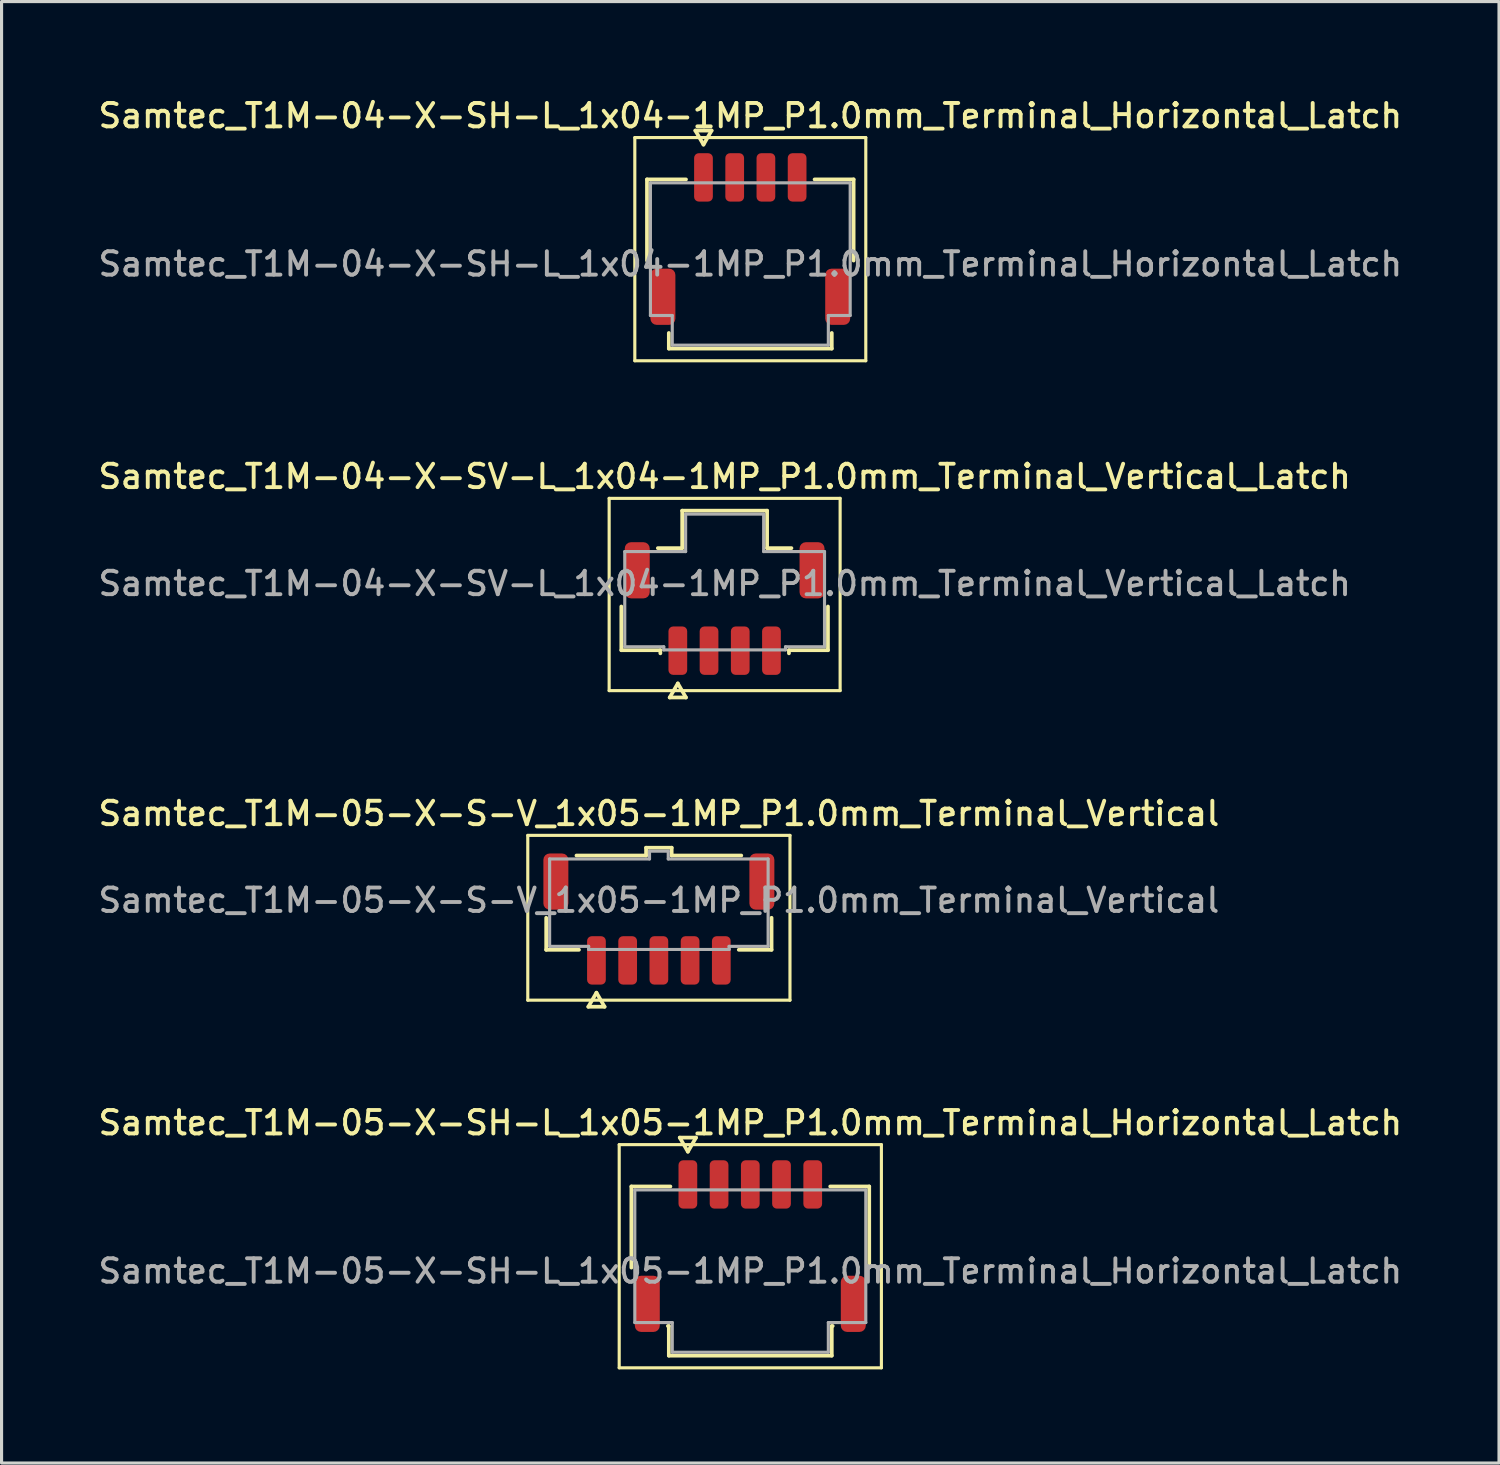
<source format=kicad_pcb>
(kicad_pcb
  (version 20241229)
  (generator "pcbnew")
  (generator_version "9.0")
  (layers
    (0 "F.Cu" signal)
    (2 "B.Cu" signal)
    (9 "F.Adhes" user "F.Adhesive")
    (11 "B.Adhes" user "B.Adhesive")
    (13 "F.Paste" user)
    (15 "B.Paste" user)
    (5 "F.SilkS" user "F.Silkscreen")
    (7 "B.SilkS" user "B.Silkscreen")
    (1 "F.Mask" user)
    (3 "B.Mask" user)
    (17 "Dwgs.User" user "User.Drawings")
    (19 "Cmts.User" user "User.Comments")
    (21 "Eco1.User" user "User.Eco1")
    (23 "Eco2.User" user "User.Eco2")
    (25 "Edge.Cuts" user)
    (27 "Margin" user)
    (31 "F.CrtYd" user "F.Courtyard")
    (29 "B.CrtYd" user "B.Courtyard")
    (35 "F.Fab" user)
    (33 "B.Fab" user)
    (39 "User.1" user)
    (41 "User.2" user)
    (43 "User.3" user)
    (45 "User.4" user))
  (footprint "Samtec_T1M-04-X-SH-L_1x04-1MP_P1.0mm_Terminal_Horizontal_Latch"
    (layer "F.Cu")
    (at 20.988 5.408)
    (property "Reference" "Samtec_T1M-04-X-SH-L_1x04-1MP_P1.0mm_Terminal_Horizontal_Latch" (at 0 -4.75 0) (layer "F.SilkS") (effects (font (size 0.75 0.75) (thickness 0.125))))
    (attr smd)
    (fp_line (start -3.7 -4.05) (end -3.7 3.1) (stroke (width 0.1) (type solid)) (layer "F.SilkS"))
    (fp_line (start -3.7 3.1) (end 3.7 3.1) (stroke (width 0.1) (type solid)) (layer "F.SilkS"))
    (fp_line (start -3.31 -2.71) (end -2.06 -2.71) (stroke (width 0.12) (type solid)) (layer "F.SilkS"))
    (fp_line (start -3.31 -0.11) (end -3.31 -2.71) (stroke (width 0.12) (type solid)) (layer "F.SilkS"))
    (fp_line (start -2.61 2.71) (end -2.61 2.21) (stroke (width 0.12) (type solid)) (layer "F.SilkS"))
    (fp_line (start -1.76 -4.275) (end -1.5 -3.825) (stroke (width 0.12) (type solid)) (layer "F.SilkS"))
    (fp_line (start -1.5 -3.825) (end -1.24 -4.275) (stroke (width 0.12) (type solid)) (layer "F.SilkS"))
    (fp_line (start -1.24 -4.275) (end -1.76 -4.275) (stroke (width 0.12) (type solid)) (layer "F.SilkS"))
    (fp_line (start 2.06 -2.71) (end 3.31 -2.71) (stroke (width 0.12) (type solid)) (layer "F.SilkS"))
    (fp_line (start 2.61 2.21) (end 2.61 2.71) (stroke (width 0.12) (type solid)) (layer "F.SilkS"))
    (fp_line (start 2.61 2.71) (end -2.61 2.71) (stroke (width 0.12) (type solid)) (layer "F.SilkS"))
    (fp_line (start 3.31 -2.71) (end 3.31 -0.11) (stroke (width 0.12) (type solid)) (layer "F.SilkS"))
    (fp_line (start 3.7 -4.05) (end -3.7 -4.05) (stroke (width 0.1) (type solid)) (layer "F.SilkS"))
    (fp_line (start 3.7 3.1) (end 3.7 -4.05) (stroke (width 0.1) (type solid)) (layer "F.SilkS"))
    (fp_line (start -3.2 -2.6) (end 3.2 -2.6) (stroke (width 0.1) (type solid)) (layer "F.Fab"))
    (fp_line (start -3.2 1.65) (end -3.2 -2.6) (stroke (width 0.1) (type solid)) (layer "F.Fab"))
    (fp_line (start -2.5 1.65) (end -3.2 1.65) (stroke (width 0.1) (type solid)) (layer "F.Fab"))
    (fp_line (start -2.5 2.6) (end -2.5 1.65) (stroke (width 0.1) (type solid)) (layer "F.Fab"))
    (fp_line (start 2.5 1.65) (end 2.5 2.6) (stroke (width 0.1) (type solid)) (layer "F.Fab"))
    (fp_line (start 2.5 2.6) (end -2.5 2.6) (stroke (width 0.1) (type solid)) (layer "F.Fab"))
    (fp_line (start 3.2 -2.6) (end 3.2 1.65) (stroke (width 0.1) (type solid)) (layer "F.Fab"))
    (fp_line (start 3.2 1.65) (end 2.5 1.65) (stroke (width 0.1) (type solid)) (layer "F.Fab"))
    (fp_text user "${REFERENCE}" (at 0 0 0) (layer "F.Fab") (effects (font (size 0.75 0.75) (thickness 0.125))))
    (pad "1" smd roundrect (at -1.5 -2.775) (size 0.6 1.55) (layers "F.Cu" "F.Mask" "F.Paste") (roundrect_rratio 0.25))
    (pad "2" smd roundrect (at -0.5 -2.775) (size 0.6 1.55) (layers "F.Cu" "F.Mask" "F.Paste") (roundrect_rratio 0.25))
    (pad "3" smd roundrect (at 0.5 -2.775) (size 0.6 1.55) (layers "F.Cu" "F.Mask" "F.Paste") (roundrect_rratio 0.25))
    (pad "4" smd roundrect (at 1.5 -2.775) (size 0.6 1.55) (layers "F.Cu" "F.Mask" "F.Paste") (roundrect_rratio 0.25))
    (pad "MP" smd roundrect (at -2.8 1.05) (size 0.8 1.8) (layers "F.Cu" "F.Mask" "F.Paste") (roundrect_rratio 0.25))
    (pad "MP" smd roundrect (at 2.8 1.05) (size 0.8 1.8) (layers "F.Cu" "F.Mask" "F.Paste") (roundrect_rratio 0.25)))
  (footprint "Samtec_T1M-05-X-SH-L_1x05-1MP_P1.0mm_Terminal_Horizontal_Latch"
    (layer "F.Cu")
    (at 20.988 37.672)
    (property "Reference" "Samtec_T1M-05-X-SH-L_1x05-1MP_P1.0mm_Terminal_Horizontal_Latch" (at 0 -4.75 0) (layer "F.SilkS") (effects (font (size 0.75 0.75) (thickness 0.125))))
    (attr smd)
    (fp_line (start -4.2 -4.05) (end -4.2 3.1) (stroke (width 0.1) (type solid)) (layer "F.SilkS"))
    (fp_line (start -4.2 3.1) (end 4.2 3.1) (stroke (width 0.1) (type solid)) (layer "F.SilkS"))
    (fp_line (start -3.81 -2.71) (end -2.56 -2.71) (stroke (width 0.12) (type solid)) (layer "F.SilkS"))
    (fp_line (start -3.81 -0.11) (end -3.81 -2.71) (stroke (width 0.12) (type solid)) (layer "F.SilkS"))
    (fp_line (start -2.61 1.76) (end -2.64 1.76) (stroke (width 0.12) (type solid)) (layer "F.SilkS"))
    (fp_line (start -2.61 2.71) (end -2.61 1.76) (stroke (width 0.12) (type solid)) (layer "F.SilkS"))
    (fp_line (start -2.26 -4.275) (end -2 -3.825) (stroke (width 0.12) (type solid)) (layer "F.SilkS"))
    (fp_line (start -2 -3.825) (end -1.74 -4.275) (stroke (width 0.12) (type solid)) (layer "F.SilkS"))
    (fp_line (start -1.74 -4.275) (end -2.26 -4.275) (stroke (width 0.12) (type solid)) (layer "F.SilkS"))
    (fp_line (start 2.56 -2.71) (end 3.81 -2.71) (stroke (width 0.12) (type solid)) (layer "F.SilkS"))
    (fp_line (start 2.61 1.76) (end 2.61 2.71) (stroke (width 0.12) (type solid)) (layer "F.SilkS"))
    (fp_line (start 2.61 2.71) (end -2.61 2.71) (stroke (width 0.12) (type solid)) (layer "F.SilkS"))
    (fp_line (start 2.64 1.76) (end 2.61 1.76) (stroke (width 0.12) (type solid)) (layer "F.SilkS"))
    (fp_line (start 3.81 -2.71) (end 3.81 -0.11) (stroke (width 0.12) (type solid)) (layer "F.SilkS"))
    (fp_line (start 4.2 -4.05) (end -4.2 -4.05) (stroke (width 0.1) (type solid)) (layer "F.SilkS"))
    (fp_line (start 4.2 3.1) (end 4.2 -4.05) (stroke (width 0.1) (type solid)) (layer "F.SilkS"))
    (fp_line (start -3.7 -2.6) (end 3.7 -2.6) (stroke (width 0.1) (type solid)) (layer "F.Fab"))
    (fp_line (start -3.7 1.65) (end -3.7 -2.6) (stroke (width 0.1) (type solid)) (layer "F.Fab"))
    (fp_line (start -2.5 1.65) (end -3.7 1.65) (stroke (width 0.1) (type solid)) (layer "F.Fab"))
    (fp_line (start -2.5 2.6) (end -2.5 1.65) (stroke (width 0.1) (type solid)) (layer "F.Fab"))
    (fp_line (start 2.5 1.65) (end 2.5 2.6) (stroke (width 0.1) (type solid)) (layer "F.Fab"))
    (fp_line (start 2.5 2.6) (end -2.5 2.6) (stroke (width 0.1) (type solid)) (layer "F.Fab"))
    (fp_line (start 3.7 -2.6) (end 3.7 1.65) (stroke (width 0.1) (type solid)) (layer "F.Fab"))
    (fp_line (start 3.7 1.65) (end 2.5 1.65) (stroke (width 0.1) (type solid)) (layer "F.Fab"))
    (fp_text user "${REFERENCE}" (at 0 0 0) (layer "F.Fab") (effects (font (size 0.75 0.75) (thickness 0.125))))
    (pad "1" smd roundrect (at -2 -2.775) (size 0.6 1.55) (layers "F.Cu" "F.Mask" "F.Paste") (roundrect_rratio 0.25))
    (pad "2" smd roundrect (at -1 -2.775) (size 0.6 1.55) (layers "F.Cu" "F.Mask" "F.Paste") (roundrect_rratio 0.25))
    (pad "3" smd roundrect (at 0 -2.775) (size 0.6 1.55) (layers "F.Cu" "F.Mask" "F.Paste") (roundrect_rratio 0.25))
    (pad "4" smd roundrect (at 1 -2.775) (size 0.6 1.55) (layers "F.Cu" "F.Mask" "F.Paste") (roundrect_rratio 0.25))
    (pad "5" smd roundrect (at 2 -2.775) (size 0.6 1.55) (layers "F.Cu" "F.Mask" "F.Paste") (roundrect_rratio 0.25))
    (pad "MP" smd roundrect (at -3.3 1.05) (size 0.8 1.8) (layers "F.Cu" "F.Mask" "F.Paste") (roundrect_rratio 0.25))
    (pad "MP" smd roundrect (at 3.3 1.05) (size 0.8 1.8) (layers "F.Cu" "F.Mask" "F.Paste") (roundrect_rratio 0.25)))
  (footprint "Samtec_T1M-04-X-SV-L_1x04-1MP_P1.0mm_Terminal_Vertical_Latch"
    (layer "F.Cu")
    (at 20.166 15.646)
    (property "Reference" "Samtec_T1M-04-X-SV-L_1x04-1MP_P1.0mm_Terminal_Vertical_Latch" (at 0 -3.43 0) (layer "F.SilkS") (effects (font (size 0.75 0.75) (thickness 0.125))))
    (attr smd)
    (fp_line (start -3.7 -2.73) (end -3.7 3.43) (stroke (width 0.1) (type solid)) (layer "F.SilkS"))
    (fp_line (start -3.7 3.43) (end 3.7 3.43) (stroke (width 0.1) (type solid)) (layer "F.SilkS"))
    (fp_line (start -3.31 2.135) (end -3.31 0.735) (stroke (width 0.12) (type solid)) (layer "F.SilkS"))
    (fp_line (start -2.14 -1.135) (end -1.36 -1.135) (stroke (width 0.12) (type solid)) (layer "F.SilkS"))
    (fp_line (start -2.06 2.135) (end -3.31 2.135) (stroke (width 0.12) (type solid)) (layer "F.SilkS"))
    (fp_line (start -2.06 2.235) (end -2.06 2.135) (stroke (width 0.12) (type solid)) (layer "F.SilkS"))
    (fp_line (start -1.76 3.65) (end -1.5 3.2) (stroke (width 0.12) (type solid)) (layer "F.SilkS"))
    (fp_line (start -1.5 3.2) (end -1.24 3.65) (stroke (width 0.12) (type solid)) (layer "F.SilkS"))
    (fp_line (start -1.36 -2.335) (end 1.36 -2.335) (stroke (width 0.12) (type solid)) (layer "F.SilkS"))
    (fp_line (start -1.36 -1.135) (end -1.36 -2.335) (stroke (width 0.12) (type solid)) (layer "F.SilkS"))
    (fp_line (start -1.24 3.65) (end -1.76 3.65) (stroke (width 0.12) (type solid)) (layer "F.SilkS"))
    (fp_line (start 1.36 -2.335) (end 1.36 -1.135) (stroke (width 0.12) (type solid)) (layer "F.SilkS"))
    (fp_line (start 1.36 -1.135) (end 2.14 -1.135) (stroke (width 0.12) (type solid)) (layer "F.SilkS"))
    (fp_line (start 2.06 2.135) (end 2.06 2.235) (stroke (width 0.12) (type solid)) (layer "F.SilkS"))
    (fp_line (start 3.31 0.735) (end 3.31 2.135) (stroke (width 0.12) (type solid)) (layer "F.SilkS"))
    (fp_line (start 3.31 2.135) (end 2.06 2.135) (stroke (width 0.12) (type solid)) (layer "F.SilkS"))
    (fp_line (start 3.7 -2.73) (end -3.7 -2.73) (stroke (width 0.1) (type solid)) (layer "F.SilkS"))
    (fp_line (start 3.7 3.43) (end 3.7 -2.73) (stroke (width 0.1) (type solid)) (layer "F.SilkS"))
    (fp_line (start -3.2 -1.025) (end -1.25 -1.025) (stroke (width 0.1) (type solid)) (layer "F.Fab"))
    (fp_line (start -3.2 2.025) (end -3.2 -1.025) (stroke (width 0.1) (type solid)) (layer "F.Fab"))
    (fp_line (start -1.95 2.025) (end -3.2 2.025) (stroke (width 0.1) (type solid)) (layer "F.Fab"))
    (fp_line (start -1.95 2.125) (end -1.95 2.025) (stroke (width 0.1) (type solid)) (layer "F.Fab"))
    (fp_line (start -1.25 -2.225) (end 1.25 -2.225) (stroke (width 0.1) (type solid)) (layer "F.Fab"))
    (fp_line (start -1.25 -1.025) (end -1.25 -2.225) (stroke (width 0.1) (type solid)) (layer "F.Fab"))
    (fp_line (start 1.25 -2.225) (end 1.25 -1.025) (stroke (width 0.1) (type solid)) (layer "F.Fab"))
    (fp_line (start 1.25 -1.025) (end 3.2 -1.025) (stroke (width 0.1) (type solid)) (layer "F.Fab"))
    (fp_line (start 1.95 2.025) (end 1.95 2.125) (stroke (width 0.1) (type solid)) (layer "F.Fab"))
    (fp_line (start 1.95 2.125) (end -1.95 2.125) (stroke (width 0.1) (type solid)) (layer "F.Fab"))
    (fp_line (start 3.2 -1.025) (end 3.2 2.025) (stroke (width 0.1) (type solid)) (layer "F.Fab"))
    (fp_line (start 3.2 2.025) (end 1.95 2.025) (stroke (width 0.1) (type solid)) (layer "F.Fab"))
    (fp_text user "${REFERENCE}" (at 0 0 0) (layer "F.Fab") (effects (font (size 0.75 0.75) (thickness 0.125))))
    (pad "1" smd roundrect (at -1.5 2.15) (size 0.6 1.55) (layers "F.Cu" "F.Mask" "F.Paste") (roundrect_rratio 0.25))
    (pad "2" smd roundrect (at -0.5 2.15) (size 0.6 1.55) (layers "F.Cu" "F.Mask" "F.Paste") (roundrect_rratio 0.25))
    (pad "3" smd roundrect (at 0.5 2.15) (size 0.6 1.55) (layers "F.Cu" "F.Mask" "F.Paste") (roundrect_rratio 0.25))
    (pad "4" smd roundrect (at 1.5 2.15) (size 0.6 1.55) (layers "F.Cu" "F.Mask" "F.Paste") (roundrect_rratio 0.25))
    (pad "MP" smd roundrect (at -2.8 -0.425) (size 0.8 1.8) (layers "F.Cu" "F.Mask" "F.Paste") (roundrect_rratio 0.25))
    (pad "MP" smd roundrect (at 2.8 -0.425) (size 0.8 1.8) (layers "F.Cu" "F.Mask" "F.Paste") (roundrect_rratio 0.25)))
  (footprint "Samtec_T1M-05-X-S-V_1x05-1MP_P1.0mm_Terminal_Vertical"
    (layer "F.Cu")
    (at 18.059 25.794)
    (property "Reference" "Samtec_T1M-05-X-S-V_1x05-1MP_P1.0mm_Terminal_Vertical" (at 0 -2.78 0) (layer "F.SilkS") (effects (font (size 0.75 0.75) (thickness 0.125))))
    (attr smd)
    (fp_line (start -4.2 -2.08) (end -4.2 3.2) (stroke (width 0.1) (type solid)) (layer "F.SilkS"))
    (fp_line (start -4.2 3.2) (end 4.2 3.2) (stroke (width 0.1) (type solid)) (layer "F.SilkS"))
    (fp_line (start -3.61 1.585) (end -3.61 0.56) (stroke (width 0.12) (type solid)) (layer "F.SilkS"))
    (fp_line (start -2.64 -1.435) (end -0.41 -1.435) (stroke (width 0.12) (type solid)) (layer "F.SilkS"))
    (fp_line (start -2.56 1.585) (end -3.61 1.585) (stroke (width 0.12) (type solid)) (layer "F.SilkS"))
    (fp_line (start -2.26 3.41) (end -2 2.96) (stroke (width 0.12) (type solid)) (layer "F.SilkS"))
    (fp_line (start -2 2.96) (end -1.74 3.41) (stroke (width 0.12) (type solid)) (layer "F.SilkS"))
    (fp_line (start -1.74 3.41) (end -2.26 3.41) (stroke (width 0.12) (type solid)) (layer "F.SilkS"))
    (fp_line (start -0.41 -1.685) (end 0.41 -1.685) (stroke (width 0.12) (type solid)) (layer "F.SilkS"))
    (fp_line (start -0.41 -1.435) (end -0.41 -1.685) (stroke (width 0.12) (type solid)) (layer "F.SilkS"))
    (fp_line (start 0.41 -1.685) (end 0.41 -1.435) (stroke (width 0.12) (type solid)) (layer "F.SilkS"))
    (fp_line (start 0.41 -1.435) (end 2.64 -1.435) (stroke (width 0.12) (type solid)) (layer "F.SilkS"))
    (fp_line (start 3.61 0.56) (end 3.61 1.585) (stroke (width 0.12) (type solid)) (layer "F.SilkS"))
    (fp_line (start 3.61 1.585) (end 2.56 1.585) (stroke (width 0.12) (type solid)) (layer "F.SilkS"))
    (fp_line (start 4.2 -2.08) (end -4.2 -2.08) (stroke (width 0.1) (type solid)) (layer "F.SilkS"))
    (fp_line (start 4.2 3.2) (end 4.2 -2.08) (stroke (width 0.1) (type solid)) (layer "F.SilkS"))
    (fp_line (start -3.5 -1.325) (end -0.3 -1.325) (stroke (width 0.1) (type solid)) (layer "F.Fab"))
    (fp_line (start -3.5 1.475) (end -3.5 -1.325) (stroke (width 0.1) (type solid)) (layer "F.Fab"))
    (fp_line (start -2.25 1.475) (end -3.5 1.475) (stroke (width 0.1) (type solid)) (layer "F.Fab"))
    (fp_line (start -2.25 1.575) (end -2.25 1.475) (stroke (width 0.1) (type solid)) (layer "F.Fab"))
    (fp_line (start -0.3 -1.575) (end 0.3 -1.575) (stroke (width 0.1) (type solid)) (layer "F.Fab"))
    (fp_line (start -0.3 -1.325) (end -0.3 -1.575) (stroke (width 0.1) (type solid)) (layer "F.Fab"))
    (fp_line (start 0.3 -1.575) (end 0.3 -1.325) (stroke (width 0.1) (type solid)) (layer "F.Fab"))
    (fp_line (start 0.3 -1.325) (end 3.5 -1.325) (stroke (width 0.1) (type solid)) (layer "F.Fab"))
    (fp_line (start 2.25 1.475) (end 2.25 1.575) (stroke (width 0.1) (type solid)) (layer "F.Fab"))
    (fp_line (start 2.25 1.575) (end -2.25 1.575) (stroke (width 0.1) (type solid)) (layer "F.Fab"))
    (fp_line (start 3.5 -1.325) (end 3.5 1.475) (stroke (width 0.1) (type solid)) (layer "F.Fab"))
    (fp_line (start 3.5 1.475) (end 2.25 1.475) (stroke (width 0.1) (type solid)) (layer "F.Fab"))
    (fp_text user "${REFERENCE}" (at 0 0 0) (layer "F.Fab") (effects (font (size 0.75 0.75) (thickness 0.125))))
    (pad "1" smd roundrect (at -2 1.925) (size 0.6 1.55) (layers "F.Cu" "F.Mask" "F.Paste") (roundrect_rratio 0.25))
    (pad "2" smd roundrect (at -1 1.925) (size 0.6 1.55) (layers "F.Cu" "F.Mask" "F.Paste") (roundrect_rratio 0.25))
    (pad "3" smd roundrect (at 0 1.925) (size 0.6 1.55) (layers "F.Cu" "F.Mask" "F.Paste") (roundrect_rratio 0.25))
    (pad "4" smd roundrect (at 1 1.925) (size 0.6 1.55) (layers "F.Cu" "F.Mask" "F.Paste") (roundrect_rratio 0.25))
    (pad "5" smd roundrect (at 2 1.925) (size 0.6 1.55) (layers "F.Cu" "F.Mask" "F.Paste") (roundrect_rratio 0.25))
    (pad "MP" smd roundrect (at -3.3 -0.6) (size 0.8 1.8) (layers "F.Cu" "F.Mask" "F.Paste") (roundrect_rratio 0.25))
    (pad "MP" smd roundrect (at 3.3 -0.6) (size 0.8 1.8) (layers "F.Cu" "F.Mask" "F.Paste") (roundrect_rratio 0.25)))
  (gr_rect
    (start -3 -3)
    (end 44.975 43.822)
    (stroke (width 0.1) (type default))
    (fill no)
    (layer "Edge.Cuts")))
</source>
